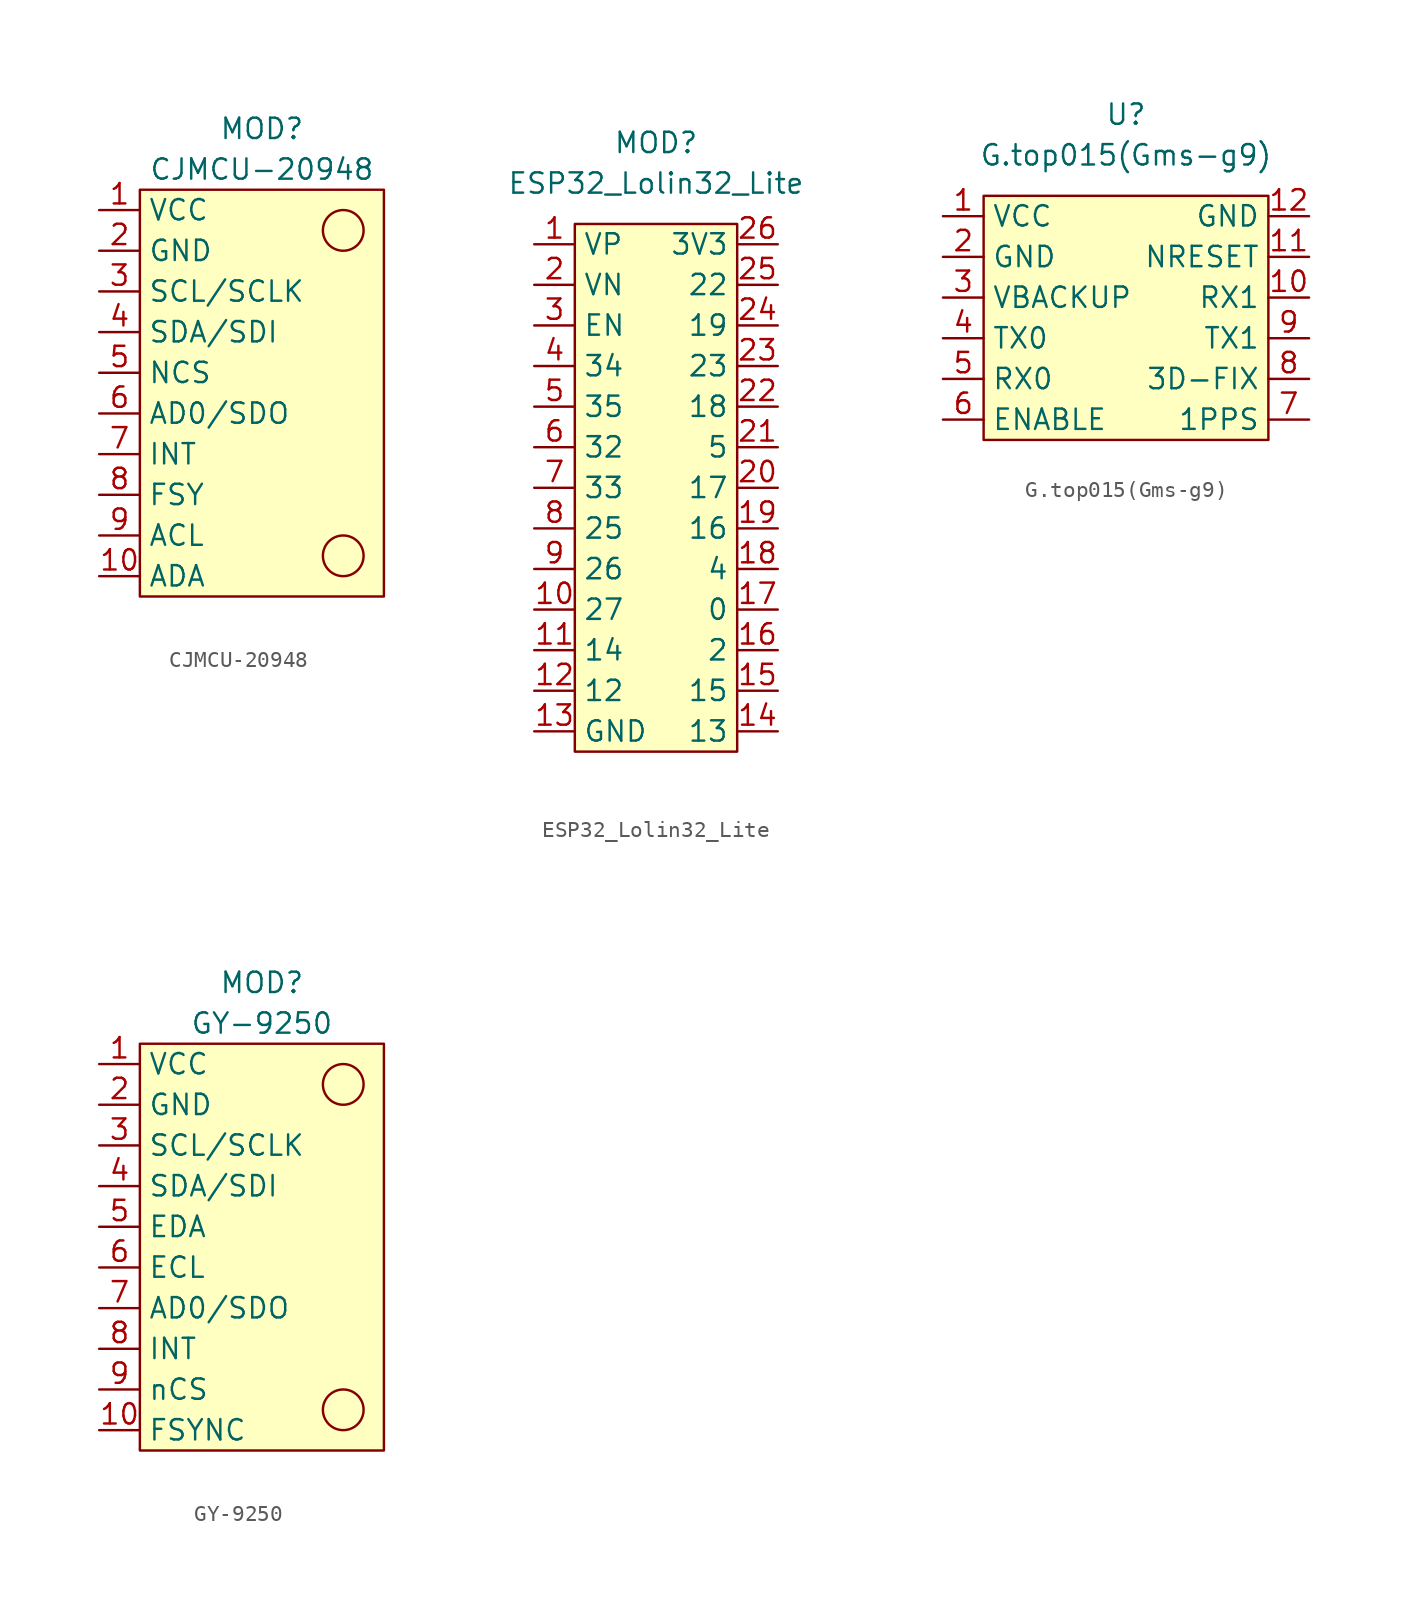
<source format=kicad_sym>
(kicad_symbol_lib
  (version 20211014)
  (generator kicad_symbol_editor)
  (symbol "CJMCU-20948"
    (property "Reference" "MOD"
      (at 0 16.51 0)
      (effects (font (size 1.27 1.27))))
    (property "Value" "CJMCU-20948"
      (at 0 13.97 0)
      (effects (font (size 1.27 1.27))))
    (symbol "CJMCU-20948_0_1"
      (rectangle (start -7.62 12.7) (end 7.62 -12.7) (stroke (width 0) (type default) (color 0 0 0 0)) (fill (type background)))
      (circle (center 5.08 -10.16) (radius 1.27) (stroke (width 0) (type default) (color 0 0 0 0)) (fill (type none)))
      (circle (center 5.08 10.16) (radius 1.27) (stroke (width 0) (type default) (color 0 0 0 0)) (fill (type none))))
    (symbol "CJMCU-20948_1_1"
      (pin power_in line (at -10.16 11.43 0) (length 2.54) (name "VCC" (effects (font (size 1.27 1.27)))) (number "1" (effects (font (size 1.27 1.27)))))
      (pin bidirectional line (at -10.16 -11.43 0) (length 2.54) (name "ADA" (effects (font (size 1.27 1.27)))) (number "10" (effects (font (size 1.27 1.27)))))
      (pin power_in line (at -10.16 8.89 0) (length 2.54) (name "GND" (effects (font (size 1.27 1.27)))) (number "2" (effects (font (size 1.27 1.27)))))
      (pin input line (at -10.16 6.35 0) (length 2.54) (name "SCL/SCLK" (effects (font (size 1.27 1.27)))) (number "3" (effects (font (size 1.27 1.27)))))
      (pin bidirectional line (at -10.16 3.81 0) (length 2.54) (name "SDA/SDI" (effects (font (size 1.27 1.27)))) (number "4" (effects (font (size 1.27 1.27)))))
      (pin input line (at -10.16 1.27 0) (length 2.54) (name "NCS" (effects (font (size 1.27 1.27)))) (number "5" (effects (font (size 1.27 1.27)))))
      (pin bidirectional line (at -10.16 -1.27 0) (length 2.54) (name "AD0/SDO" (effects (font (size 1.27 1.27)))) (number "6" (effects (font (size 1.27 1.27)))))
      (pin output line (at -10.16 -3.81 0) (length 2.54) (name "INT" (effects (font (size 1.27 1.27)))) (number "7" (effects (font (size 1.27 1.27)))))
      (pin input line (at -10.16 -6.35 0) (length 2.54) (name "FSY" (effects (font (size 1.27 1.27)))) (number "8" (effects (font (size 1.27 1.27)))))
      (pin input line (at -10.16 -8.89 0) (length 2.54) (name "ACL" (effects (font (size 1.27 1.27)))) (number "9" (effects (font (size 1.27 1.27)))))))
  (symbol "ESP32_Lolin32_Lite"
    (property "Reference" "MOD"
      (at 0 19.05 0)
      (effects (font (size 1.27 1.27))))
    (property "Value" "ESP32_Lolin32_Lite"
      (at 0 16.51 0)
      (effects (font (size 1.27 1.27))))
    (symbol "ESP32_Lolin32_Lite_0_1"
      (rectangle (start -5.08 13.97) (end 5.08 -19.05) (stroke (width 0) (type default) (color 0 0 0 0)) (fill (type background))))
    (symbol "ESP32_Lolin32_Lite_1_1"
      (pin input line (at -7.62 12.7 0) (length 2.54) (name "VP" (effects (font (size 1.27 1.27)))) (number "1" (effects (font (size 1.27 1.27)))))
      (pin bidirectional line (at -7.62 -10.16 0) (length 2.54) (name "27" (effects (font (size 1.27 1.27)))) (number "10" (effects (font (size 1.27 1.27)))))
      (pin bidirectional line (at -7.62 -12.7 0) (length 2.54) (name "14" (effects (font (size 1.27 1.27)))) (number "11" (effects (font (size 1.27 1.27)))))
      (pin bidirectional line (at -7.62 -15.24 0) (length 2.54) (name "12" (effects (font (size 1.27 1.27)))) (number "12" (effects (font (size 1.27 1.27)))))
      (pin power_in line (at -7.62 -17.78 0) (length 2.54) (name "GND" (effects (font (size 1.27 1.27)))) (number "13" (effects (font (size 1.27 1.27)))))
      (pin bidirectional line (at 7.62 -17.78 180) (length 2.54) (name "13" (effects (font (size 1.27 1.27)))) (number "14" (effects (font (size 1.27 1.27)))))
      (pin bidirectional line (at 7.62 -15.24 180) (length 2.54) (name "15" (effects (font (size 1.27 1.27)))) (number "15" (effects (font (size 1.27 1.27)))))
      (pin bidirectional line (at 7.62 -12.7 180) (length 2.54) (name "2" (effects (font (size 1.27 1.27)))) (number "16" (effects (font (size 1.27 1.27)))))
      (pin bidirectional line (at 7.62 -10.16 180) (length 2.54) (name "0" (effects (font (size 1.27 1.27)))) (number "17" (effects (font (size 1.27 1.27)))))
      (pin bidirectional line (at 7.62 -7.62 180) (length 2.54) (name "4" (effects (font (size 1.27 1.27)))) (number "18" (effects (font (size 1.27 1.27)))))
      (pin bidirectional line (at 7.62 -5.08 180) (length 2.54) (name "16" (effects (font (size 1.27 1.27)))) (number "19" (effects (font (size 1.27 1.27)))))
      (pin input line (at -7.62 10.16 0) (length 2.54) (name "VN" (effects (font (size 1.27 1.27)))) (number "2" (effects (font (size 1.27 1.27)))))
      (pin bidirectional line (at 7.62 -2.54 180) (length 2.54) (name "17" (effects (font (size 1.27 1.27)))) (number "20" (effects (font (size 1.27 1.27)))))
      (pin bidirectional line (at 7.62 0 180) (length 2.54) (name "5" (effects (font (size 1.27 1.27)))) (number "21" (effects (font (size 1.27 1.27)))))
      (pin bidirectional line (at 7.62 2.54 180) (length 2.54) (name "18" (effects (font (size 1.27 1.27)))) (number "22" (effects (font (size 1.27 1.27)))))
      (pin bidirectional line (at 7.62 5.08 180) (length 2.54) (name "23" (effects (font (size 1.27 1.27)))) (number "23" (effects (font (size 1.27 1.27)))))
      (pin bidirectional line (at 7.62 7.62 180) (length 2.54) (name "19" (effects (font (size 1.27 1.27)))) (number "24" (effects (font (size 1.27 1.27)))))
      (pin bidirectional line (at 7.62 10.16 180) (length 2.54) (name "22" (effects (font (size 1.27 1.27)))) (number "25" (effects (font (size 1.27 1.27)))))
      (pin power_in line (at 7.62 12.7 180) (length 2.54) (name "3V3" (effects (font (size 1.27 1.27)))) (number "26" (effects (font (size 1.27 1.27)))))
      (pin input line (at -7.62 7.62 0) (length 2.54) (name "EN" (effects (font (size 1.27 1.27)))) (number "3" (effects (font (size 1.27 1.27)))))
      (pin input line (at -7.62 5.08 0) (length 2.54) (name "34" (effects (font (size 1.27 1.27)))) (number "4" (effects (font (size 1.27 1.27)))))
      (pin input line (at -7.62 2.54 0) (length 2.54) (name "35" (effects (font (size 1.27 1.27)))) (number "5" (effects (font (size 1.27 1.27)))))
      (pin bidirectional line (at -7.62 0 0) (length 2.54) (name "32" (effects (font (size 1.27 1.27)))) (number "6" (effects (font (size 1.27 1.27)))))
      (pin bidirectional line (at -7.62 -2.54 0) (length 2.54) (name "33" (effects (font (size 1.27 1.27)))) (number "7" (effects (font (size 1.27 1.27)))))
      (pin bidirectional line (at -7.62 -5.08 0) (length 2.54) (name "25" (effects (font (size 1.27 1.27)))) (number "8" (effects (font (size 1.27 1.27)))))
      (pin bidirectional line (at -7.62 -7.62 0) (length 2.54) (name "26" (effects (font (size 1.27 1.27)))) (number "9" (effects (font (size 1.27 1.27)))))))
  (symbol "G.top015(Gms-g9)"
    (property "Reference" "U"
      (at 0 13.97 0)
      (effects (font (size 1.27 1.27))))
    (property "Value" "G.top015(Gms-g9)"
      (at 0 11.43 0)
      (effects (font (size 1.27 1.27))))
    (symbol "G.top015(Gms-g9)_0_1"
      (rectangle (start -8.89 8.89) (end 8.89 -6.35) (stroke (width 0) (type default) (color 0 0 0 0)) (fill (type background))))
    (symbol "G.top015(Gms-g9)_1_1"
      (pin power_in line (at -11.43 7.62 0) (length 2.54) (name "VCC" (effects (font (size 1.27 1.27)))) (number "1" (effects (font (size 1.27 1.27)))))
      (pin input line (at 11.43 2.54 180) (length 2.54) (name "RX1" (effects (font (size 1.27 1.27)))) (number "10" (effects (font (size 1.27 1.27)))))
      (pin input line (at 11.43 5.08 180) (length 2.54) (name "NRESET" (effects (font (size 1.27 1.27)))) (number "11" (effects (font (size 1.27 1.27)))))
      (pin power_in line (at 11.43 7.62 180) (length 2.54) (name "GND" (effects (font (size 1.27 1.27)))) (number "12" (effects (font (size 1.27 1.27)))))
      (pin power_in line (at -11.43 5.08 0) (length 2.54) (name "GND" (effects (font (size 1.27 1.27)))) (number "2" (effects (font (size 1.27 1.27)))))
      (pin power_in line (at -11.43 2.54 0) (length 2.54) (name "VBACKUP" (effects (font (size 1.27 1.27)))) (number "3" (effects (font (size 1.27 1.27)))))
      (pin output line (at -11.43 0 0) (length 2.54) (name "TX0" (effects (font (size 1.27 1.27)))) (number "4" (effects (font (size 1.27 1.27)))))
      (pin input line (at -11.43 -2.54 0) (length 2.54) (name "RX0" (effects (font (size 1.27 1.27)))) (number "5" (effects (font (size 1.27 1.27)))))
      (pin input line (at -11.43 -5.08 0) (length 2.54) (name "ENABLE" (effects (font (size 1.27 1.27)))) (number "6" (effects (font (size 1.27 1.27)))))
      (pin output line (at 11.43 -5.08 180) (length 2.54) (name "1PPS" (effects (font (size 1.27 1.27)))) (number "7" (effects (font (size 1.27 1.27)))))
      (pin output line (at 11.43 -2.54 180) (length 2.54) (name "3D-FIX" (effects (font (size 1.27 1.27)))) (number "8" (effects (font (size 1.27 1.27)))))
      (pin output line (at 11.43 0 180) (length 2.54) (name "TX1" (effects (font (size 1.27 1.27)))) (number "9" (effects (font (size 1.27 1.27)))))))
  (symbol "GY-9250"
    (property "Reference" "MOD"
      (at 0 16.51 0)
      (effects (font (size 1.27 1.27))))
    (property "Value" "GY-9250"
      (at 0 13.97 0)
      (effects (font (size 1.27 1.27))))
    (symbol "GY-9250_0_1"
      (rectangle (start -7.62 12.7) (end 7.62 -12.7) (stroke (width 0) (type default) (color 0 0 0 0)) (fill (type background)))
      (circle (center 5.08 -10.16) (radius 1.27) (stroke (width 0) (type default) (color 0 0 0 0)) (fill (type none)))
      (circle (center 5.08 10.16) (radius 1.27) (stroke (width 0) (type default) (color 0 0 0 0)) (fill (type none))))
    (symbol "GY-9250_1_1"
      (pin power_in line (at -10.16 11.43 0) (length 2.54) (name "VCC" (effects (font (size 1.27 1.27)))) (number "1" (effects (font (size 1.27 1.27)))))
      (pin input line (at -10.16 -11.43 0) (length 2.54) (name "FSYNC" (effects (font (size 1.27 1.27)))) (number "10" (effects (font (size 1.27 1.27)))))
      (pin power_in line (at -10.16 8.89 0) (length 2.54) (name "GND" (effects (font (size 1.27 1.27)))) (number "2" (effects (font (size 1.27 1.27)))))
      (pin input line (at -10.16 6.35 0) (length 2.54) (name "SCL/SCLK" (effects (font (size 1.27 1.27)))) (number "3" (effects (font (size 1.27 1.27)))))
      (pin bidirectional line (at -10.16 3.81 0) (length 2.54) (name "SDA/SDI" (effects (font (size 1.27 1.27)))) (number "4" (effects (font (size 1.27 1.27)))))
      (pin bidirectional line (at -10.16 1.27 0) (length 2.54) (name "EDA" (effects (font (size 1.27 1.27)))) (number "5" (effects (font (size 1.27 1.27)))))
      (pin input line (at -10.16 -1.27 0) (length 2.54) (name "ECL" (effects (font (size 1.27 1.27)))) (number "6" (effects (font (size 1.27 1.27)))))
      (pin bidirectional line (at -10.16 -3.81 0) (length 2.54) (name "AD0/SDO" (effects (font (size 1.27 1.27)))) (number "7" (effects (font (size 1.27 1.27)))))
      (pin output line (at -10.16 -6.35 0) (length 2.54) (name "INT" (effects (font (size 1.27 1.27)))) (number "8" (effects (font (size 1.27 1.27)))))
      (pin input line (at -10.16 -8.89 0) (length 2.54) (name "nCS" (effects (font (size 1.27 1.27)))) (number "9" (effects (font (size 1.27 1.27))))))))
</source>
